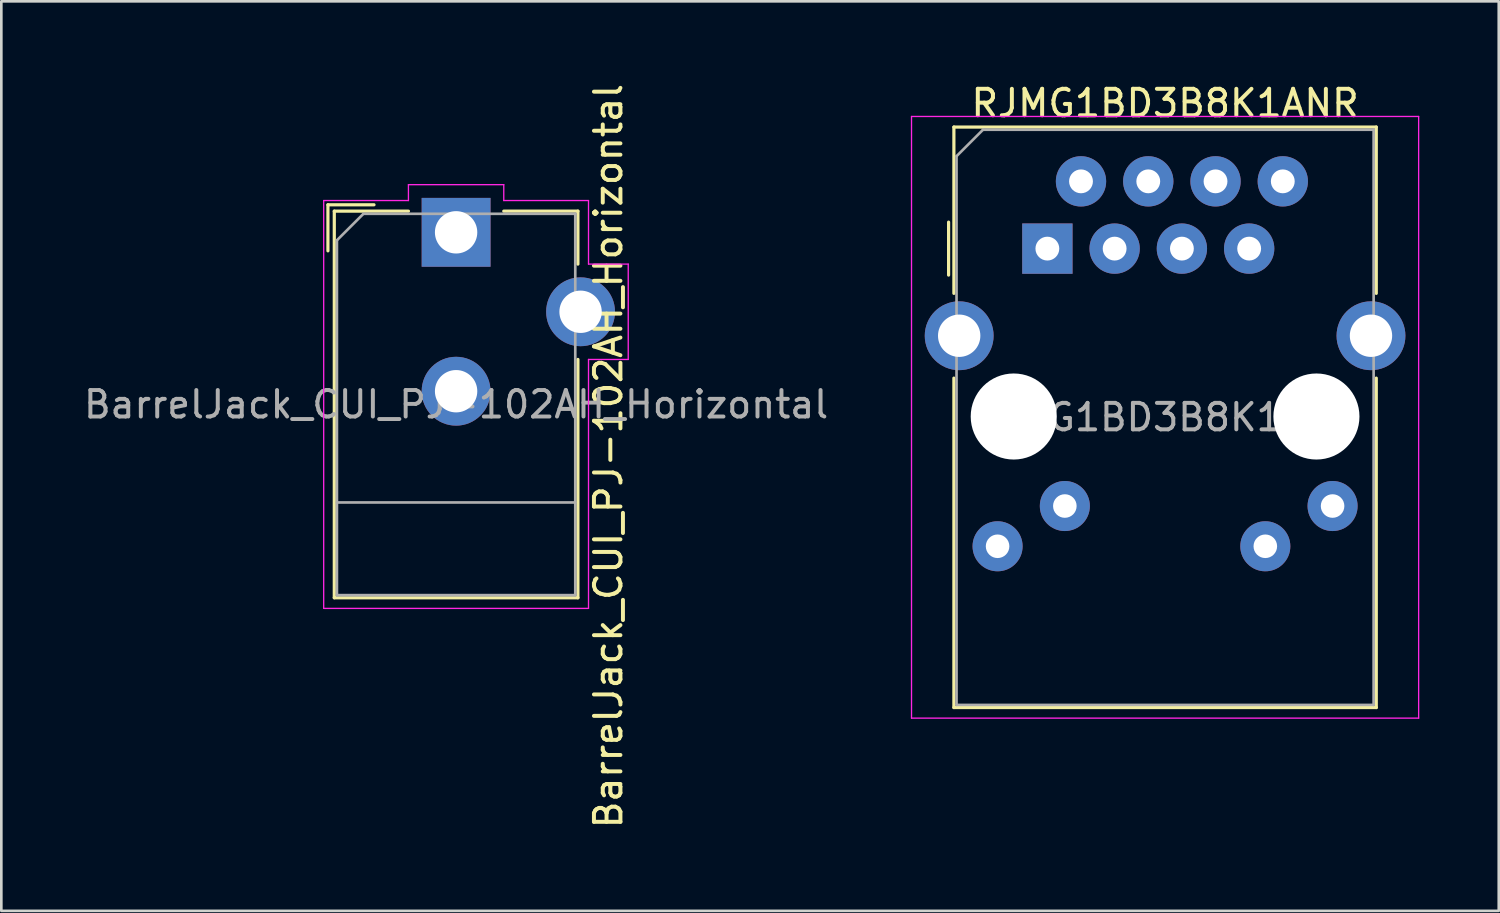
<source format=kicad_pcb>
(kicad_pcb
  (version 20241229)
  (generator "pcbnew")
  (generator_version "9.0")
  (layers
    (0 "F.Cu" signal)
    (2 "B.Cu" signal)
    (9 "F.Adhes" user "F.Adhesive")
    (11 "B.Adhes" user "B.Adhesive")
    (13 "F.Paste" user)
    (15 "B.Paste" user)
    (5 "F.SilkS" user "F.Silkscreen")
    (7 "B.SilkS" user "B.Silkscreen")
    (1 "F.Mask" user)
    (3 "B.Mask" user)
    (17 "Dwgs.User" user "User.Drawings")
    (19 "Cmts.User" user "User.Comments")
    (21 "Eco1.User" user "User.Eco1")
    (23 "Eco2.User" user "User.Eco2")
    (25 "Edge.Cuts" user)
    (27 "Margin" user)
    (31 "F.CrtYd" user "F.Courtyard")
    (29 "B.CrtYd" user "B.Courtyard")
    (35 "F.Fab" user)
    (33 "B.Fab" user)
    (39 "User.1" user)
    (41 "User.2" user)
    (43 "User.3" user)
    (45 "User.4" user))
  (footprint "BarrelJack_CUI_PJ-102AH_Horizontal"
    (layer "F.Cu")
    (at 14.173 5.723)
    (property "Reference" "BarrelJack_CUI_PJ-102AH_Horizontal" (at 5.75 8.45 90) (layer "F.SilkS") (effects (font (size 1 1) (thickness 0.15))))
    (attr through_hole)
    (fp_line (start -4.84 -1.04) (end -3.1 -1.04) (stroke (width 0.12) (type solid)) (layer "F.SilkS"))
    (fp_line (start -4.84 0.7) (end -4.84 -1.04) (stroke (width 0.12) (type solid)) (layer "F.SilkS"))
    (fp_line (start -4.6 -0.8) (end -1.8 -0.8) (stroke (width 0.12) (type solid)) (layer "F.SilkS"))
    (fp_line (start -4.6 13.8) (end -4.6 -0.8) (stroke (width 0.12) (type solid)) (layer "F.SilkS"))
    (fp_line (start 1.8 -0.8) (end 4.6 -0.8) (stroke (width 0.12) (type solid)) (layer "F.SilkS"))
    (fp_line (start 4.6 -0.8) (end 4.6 1.2) (stroke (width 0.12) (type solid)) (layer "F.SilkS"))
    (fp_line (start 4.6 4.8) (end 4.6 13.8) (stroke (width 0.12) (type solid)) (layer "F.SilkS"))
    (fp_line (start 4.6 13.8) (end -4.6 13.8) (stroke (width 0.12) (type solid)) (layer "F.SilkS"))
    (fp_line (start -5 -1.2) (end -1.8 -1.2) (stroke (width 0.05) (type solid)) (layer "F.CrtYd"))
    (fp_line (start -5 14.2) (end -5 -1.2) (stroke (width 0.05) (type solid)) (layer "F.CrtYd"))
    (fp_line (start -1.8 -1.8) (end 1.8 -1.8) (stroke (width 0.05) (type solid)) (layer "F.CrtYd"))
    (fp_line (start -1.8 -1.2) (end -1.8 -1.8) (stroke (width 0.05) (type solid)) (layer "F.CrtYd"))
    (fp_line (start 1.8 -1.8) (end 1.8 -1.2) (stroke (width 0.05) (type solid)) (layer "F.CrtYd"))
    (fp_line (start 1.8 -1.2) (end 5 -1.2) (stroke (width 0.05) (type solid)) (layer "F.CrtYd"))
    (fp_line (start 5 -1.2) (end 5 1.2) (stroke (width 0.05) (type solid)) (layer "F.CrtYd"))
    (fp_line (start 5 1.2) (end 6.5 1.2) (stroke (width 0.05) (type solid)) (layer "F.CrtYd"))
    (fp_line (start 5 4.8) (end 5 14.2) (stroke (width 0.05) (type solid)) (layer "F.CrtYd"))
    (fp_line (start 5 14.2) (end -5 14.2) (stroke (width 0.05) (type solid)) (layer "F.CrtYd"))
    (fp_line (start 6.5 1.2) (end 6.5 4.8) (stroke (width 0.05) (type solid)) (layer "F.CrtYd"))
    (fp_line (start 6.5 4.8) (end 5 4.8) (stroke (width 0.05) (type solid)) (layer "F.CrtYd"))
    (fp_line (start -4.5 0.3) (end -3.5 -0.7) (stroke (width 0.1) (type solid)) (layer "F.Fab"))
    (fp_line (start -4.5 10.2) (end 4.5 10.2) (stroke (width 0.1) (type solid)) (layer "F.Fab"))
    (fp_line (start -4.5 13.7) (end -4.5 0.3) (stroke (width 0.1) (type solid)) (layer "F.Fab"))
    (fp_line (start -3.5 -0.7) (end 4.5 -0.7) (stroke (width 0.1) (type solid)) (layer "F.Fab"))
    (fp_line (start 4.5 -0.7) (end 4.5 13.7) (stroke (width 0.1) (type solid)) (layer "F.Fab"))
    (fp_line (start 4.5 13.7) (end -4.5 13.7) (stroke (width 0.1) (type solid)) (layer "F.Fab"))
    (fp_text user "${REFERENCE}" (at 0 6.5 0) (layer "F.Fab") (effects (font (size 1 1) (thickness 0.15))))
    (pad "1" thru_hole rect (at 0 0) (size 2.6 2.6) (drill 1.6) (layers "*.Cu" "*.Mask"))
    (pad "2" thru_hole circle (at 0 6) (size 2.6 2.6) (drill 1.6) (layers "*.Cu" "*.Mask"))
    (pad "3" thru_hole circle (at 4.7 3) (size 2.6 2.6) (drill 1.6) (layers "*.Cu" "*.Mask")))
  (footprint "RJMG1BD3B8K1ANR"
    (layer "F.Cu")
    (at 36.5 6.338)
    (property "Reference" "RJMG1BD3B8K1ANR" (at 4.445 -5.49 0) (layer "F.SilkS") (effects (font (size 1 1) (thickness 0.15))))
    (attr through_hole)
    (fp_line (start -3.73 -1) (end -3.73 1) (stroke (width 0.12) (type solid)) (layer "F.SilkS"))
    (fp_line (start -3.53 -4.59) (end 12.42 -4.59) (stroke (width 0.12) (type solid)) (layer "F.SilkS"))
    (fp_line (start -3.53 1.69) (end -3.53 -4.59) (stroke (width 0.12) (type solid)) (layer "F.SilkS"))
    (fp_line (start -3.53 17.33) (end -3.53 4.89) (stroke (width 0.12) (type solid)) (layer "F.SilkS"))
    (fp_line (start 12.42 -4.59) (end 12.42 1.69) (stroke (width 0.12) (type solid)) (layer "F.SilkS"))
    (fp_line (start 12.42 4.89) (end 12.42 17.33) (stroke (width 0.12) (type solid)) (layer "F.SilkS"))
    (fp_line (start 12.42 17.33) (end -3.53 17.33) (stroke (width 0.12) (type solid)) (layer "F.SilkS"))
    (fp_line (start -5.13 -4.99) (end -5.13 17.73) (stroke (width 0.05) (type solid)) (layer "F.CrtYd"))
    (fp_line (start -5.13 17.73) (end 14.02 17.73) (stroke (width 0.05) (type solid)) (layer "F.CrtYd"))
    (fp_line (start 14.02 -4.99) (end -5.13 -4.99) (stroke (width 0.05) (type solid)) (layer "F.CrtYd"))
    (fp_line (start 14.02 17.73) (end 14.02 -4.99) (stroke (width 0.05) (type solid)) (layer "F.CrtYd"))
    (fp_line (start -3.43 -3.49) (end -2.43 -4.49) (stroke (width 0.1) (type solid)) (layer "F.Fab"))
    (fp_line (start -3.43 17.23) (end -3.43 -3.49) (stroke (width 0.1) (type solid)) (layer "F.Fab"))
    (fp_line (start -2.43 -4.49) (end 12.32 -4.49) (stroke (width 0.1) (type solid)) (layer "F.Fab"))
    (fp_line (start 12.32 -4.49) (end 12.32 17.23) (stroke (width 0.1) (type solid)) (layer "F.Fab"))
    (fp_line (start 12.32 17.23) (end -3.43 17.23) (stroke (width 0.1) (type solid)) (layer "F.Fab"))
    (fp_text user "${REFERENCE}" (at 4.445 6.37 0) (layer "F.Fab") (effects (font (size 1 1) (thickness 0.15))))
    (pad "" np_thru_hole circle (at -1.27 6.34) (size 3.25 3.25) (drill 3.25) (layers "*.Cu" "*.Mask"))
    (pad "" np_thru_hole circle (at 10.16 6.34) (size 3.25 3.25) (drill 3.25) (layers "*.Cu" "*.Mask"))
    (pad "13" thru_hole circle (at -3.33 3.29) (size 2.6 2.6) (drill 1.6) (layers "*.Cu" "*.Mask"))
    (pad "13" thru_hole circle (at 12.22 3.29) (size 2.6 2.6) (drill 1.6) (layers "*.Cu" "*.Mask"))
    (pad "L1" thru_hole circle (at 10.77 9.72) (size 1.89 1.89) (drill 0.89) (layers "*.Cu" "*.Mask"))
    (pad "L2" thru_hole circle (at 8.23 11.24) (size 1.89 1.89) (drill 0.89) (layers "*.Cu" "*.Mask"))
    (pad "L3" thru_hole circle (at 0.66 9.72) (size 1.89 1.89) (drill 0.89) (layers "*.Cu" "*.Mask"))
    (pad "L4" thru_hole circle (at -1.88 11.24) (size 1.89 1.89) (drill 0.89) (layers "*.Cu" "*.Mask"))
    (pad "R1" thru_hole rect (at 0 0) (size 1.9 1.9) (drill 0.9) (layers "*.Cu" "*.Mask"))
    (pad "R2" thru_hole circle (at 1.27 -2.54) (size 1.9 1.9) (drill 0.9) (layers "*.Cu" "*.Mask"))
    (pad "R3" thru_hole circle (at 2.54 0) (size 1.9 1.9) (drill 0.9) (layers "*.Cu" "*.Mask"))
    (pad "R4" thru_hole circle (at 3.81 -2.54) (size 1.9 1.9) (drill 0.9) (layers "*.Cu" "*.Mask"))
    (pad "R5" thru_hole circle (at 5.08 0) (size 1.9 1.9) (drill 0.9) (layers "*.Cu" "*.Mask"))
    (pad "R6" thru_hole circle (at 6.35 -2.54) (size 1.9 1.9) (drill 0.9) (layers "*.Cu" "*.Mask"))
    (pad "R7" thru_hole circle (at 7.62 0) (size 1.9 1.9) (drill 0.9) (layers "*.Cu" "*.Mask"))
    (pad "R8" thru_hole circle (at 8.89 -2.54) (size 1.9 1.9) (drill 0.9) (layers "*.Cu" "*.Mask")))
  (gr_rect
    (start -3 -3)
    (end 53.545 31.345)
    (stroke (width 0.1) (type default))
    (fill no)
    (layer "Edge.Cuts")))
</source>
